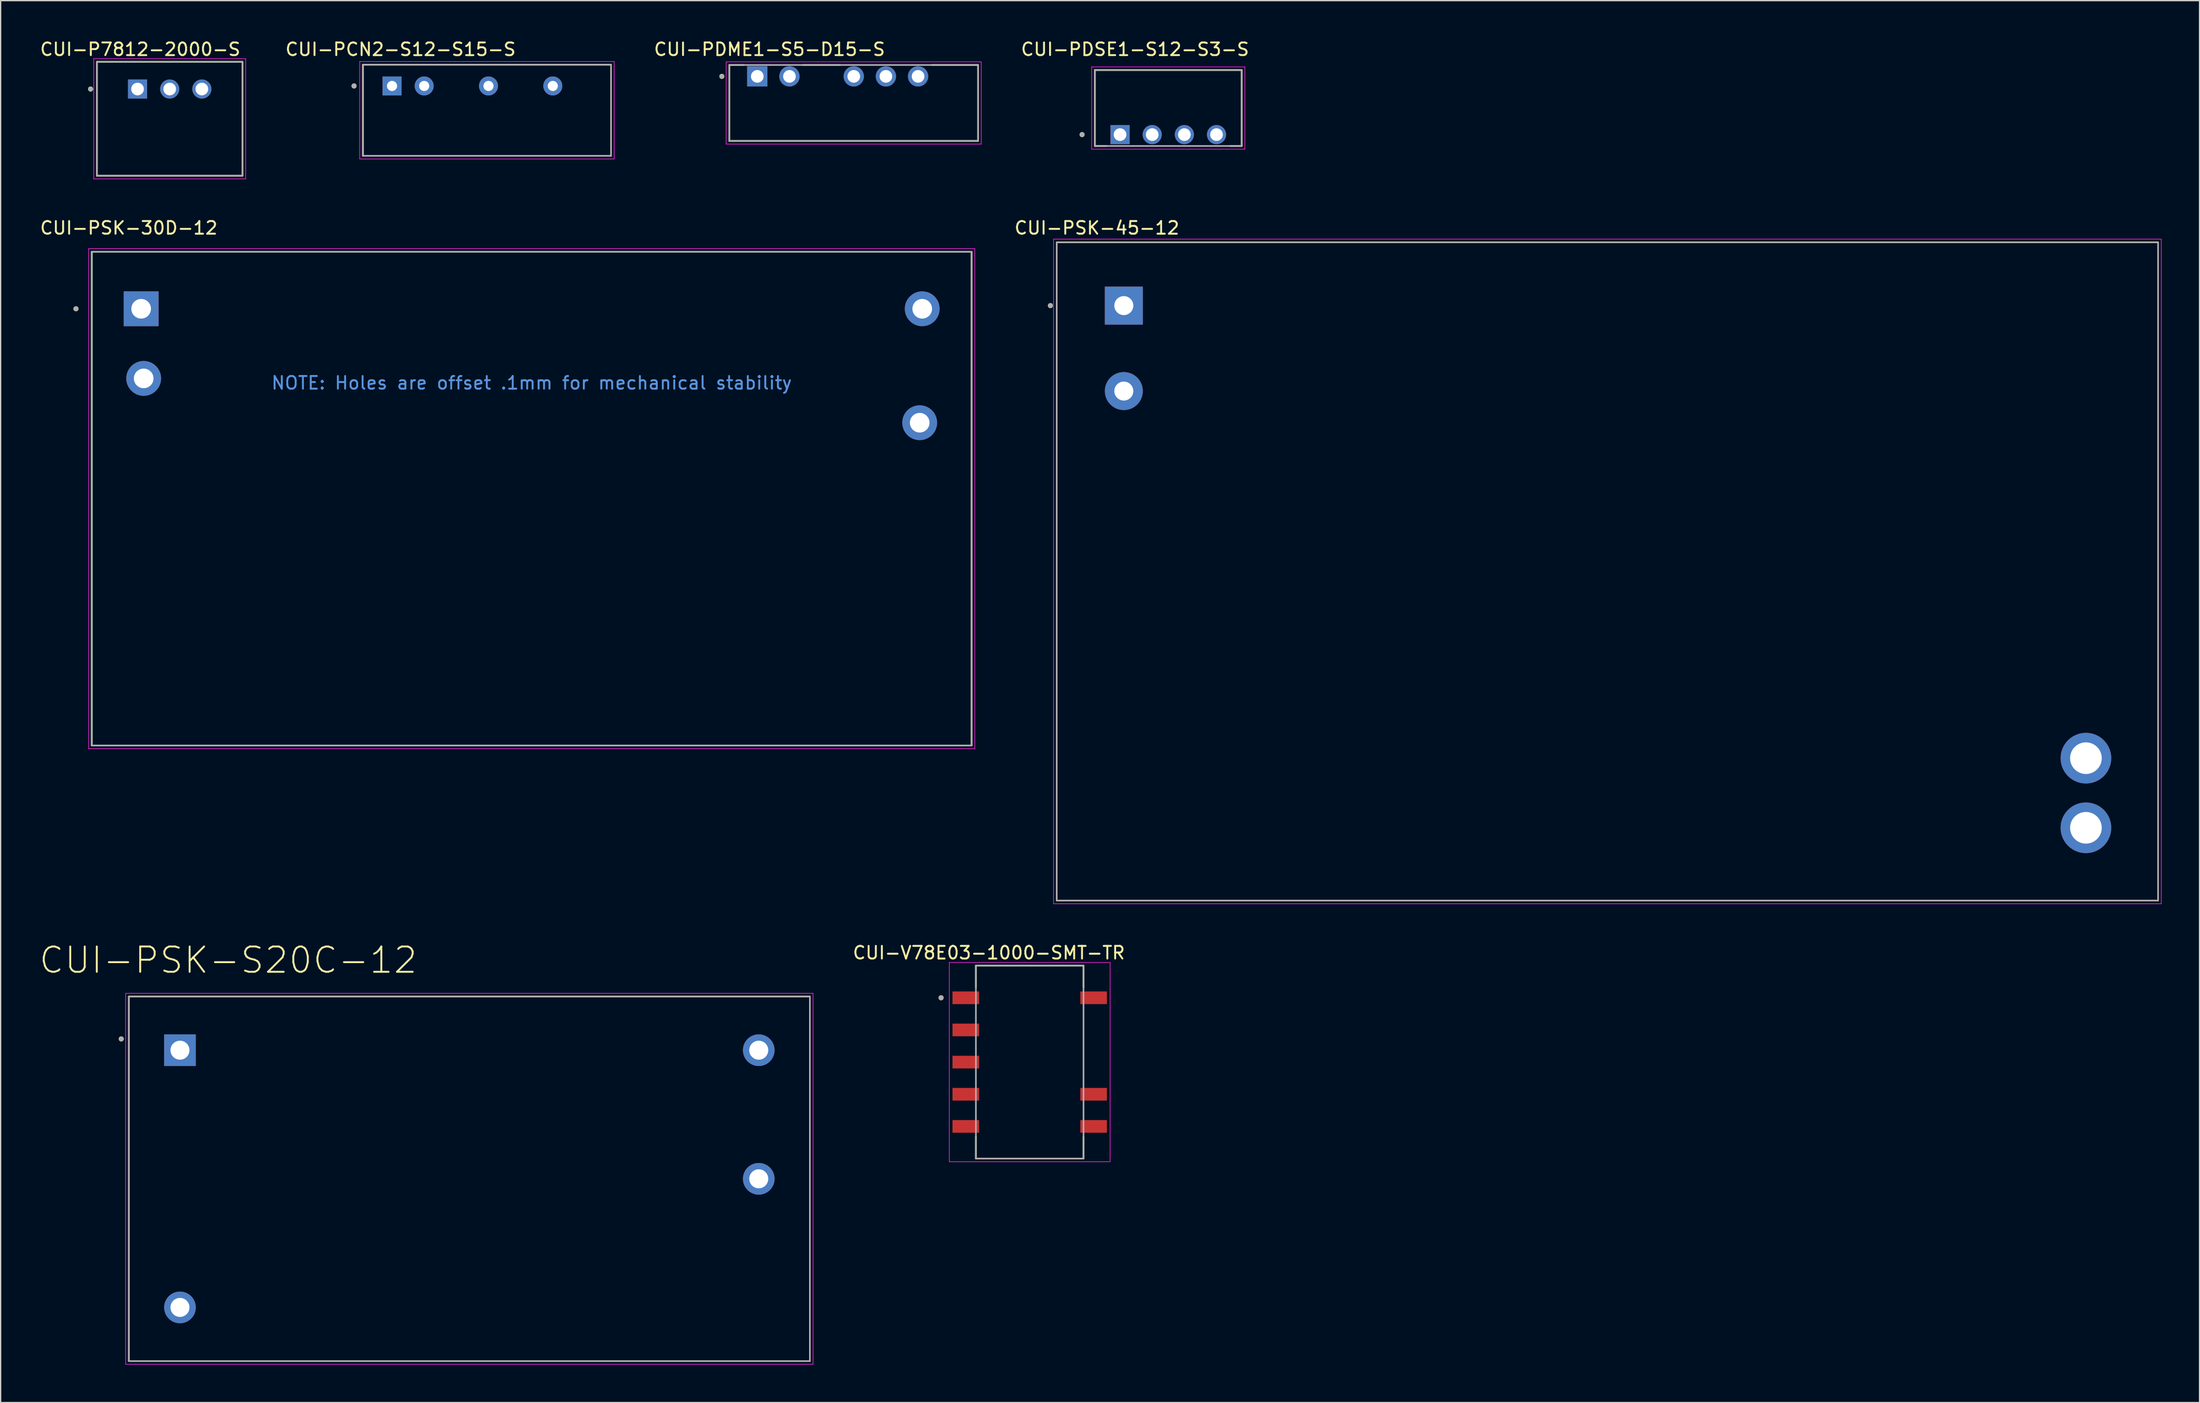
<source format=kicad_pcb>
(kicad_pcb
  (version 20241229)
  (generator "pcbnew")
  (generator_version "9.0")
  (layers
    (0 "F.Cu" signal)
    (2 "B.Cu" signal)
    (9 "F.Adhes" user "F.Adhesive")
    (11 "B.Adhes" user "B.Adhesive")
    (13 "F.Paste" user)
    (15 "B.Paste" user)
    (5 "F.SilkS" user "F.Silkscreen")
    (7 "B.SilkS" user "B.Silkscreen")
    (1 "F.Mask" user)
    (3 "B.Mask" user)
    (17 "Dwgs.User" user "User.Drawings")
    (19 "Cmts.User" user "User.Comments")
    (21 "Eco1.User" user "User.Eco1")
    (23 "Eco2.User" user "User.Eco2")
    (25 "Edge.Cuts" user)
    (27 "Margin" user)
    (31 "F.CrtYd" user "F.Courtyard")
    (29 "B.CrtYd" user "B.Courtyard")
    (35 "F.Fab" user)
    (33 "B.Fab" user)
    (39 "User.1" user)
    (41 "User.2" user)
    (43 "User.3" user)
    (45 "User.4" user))
  (footprint "CUI-V78E03-1000-SMT-TR"
    (layer "F.Cu")
    (at 78.29 80.85)
    (property "Reference" "CUI-V78E03-1000-SMT-TR" (at -3.225 -8.635 0) (layer "F.SilkS") (effects (font (size 1 1) (thickness 0.15))))
    (attr smd)
    (fp_line (start -4.25 -7.62) (end 4.25 -7.62) (stroke (width 0.127) (type solid)) (layer "F.SilkS"))
    (fp_line (start -4.25 -5.9) (end -4.25 -7.62) (stroke (width 0.127) (type solid)) (layer "F.SilkS"))
    (fp_line (start -4.25 7.62) (end -4.25 5.9) (stroke (width 0.127) (type solid)) (layer "F.SilkS"))
    (fp_line (start 4.25 -7.62) (end 4.25 -5.9) (stroke (width 0.127) (type solid)) (layer "F.SilkS"))
    (fp_line (start 4.25 5.9) (end 4.25 7.62) (stroke (width 0.127) (type solid)) (layer "F.SilkS"))
    (fp_line (start 4.25 7.62) (end -4.25 7.62) (stroke (width 0.127) (type solid)) (layer "F.SilkS"))
    (fp_circle (center -7 -5.08) (end -6.9 -5.08) (stroke (width 0.2) (type solid)) (fill no) (layer "F.SilkS"))
    (fp_line (start -6.35 -7.87) (end 6.35 -7.87) (stroke (width 0.05) (type solid)) (layer "F.CrtYd"))
    (fp_line (start -6.35 7.87) (end -6.35 -7.87) (stroke (width 0.05) (type solid)) (layer "F.CrtYd"))
    (fp_line (start 6.35 -7.87) (end 6.35 7.87) (stroke (width 0.05) (type solid)) (layer "F.CrtYd"))
    (fp_line (start 6.35 7.87) (end -6.35 7.87) (stroke (width 0.05) (type solid)) (layer "F.CrtYd"))
    (fp_line (start -4.25 -7.62) (end 4.25 -7.62) (stroke (width 0.127) (type solid)) (layer "F.Fab"))
    (fp_line (start -4.25 7.62) (end -4.25 -7.62) (stroke (width 0.127) (type solid)) (layer "F.Fab"))
    (fp_line (start 4.25 -7.62) (end 4.25 7.62) (stroke (width 0.127) (type solid)) (layer "F.Fab"))
    (fp_line (start 4.25 7.62) (end -4.25 7.62) (stroke (width 0.127) (type solid)) (layer "F.Fab"))
    (fp_circle (center -7 -5.08) (end -6.9 -5.08) (stroke (width 0.2) (type solid)) (fill no) (layer "F.Fab"))
    (pad "1" smd rect (at -5.05 -5.08) (size 2.1 1) (layers "F.Cu" "F.Mask" "F.Paste"))
    (pad "2" smd rect (at -5.05 -2.54) (size 2.1 1) (layers "F.Cu" "F.Mask" "F.Paste"))
    (pad "3" smd rect (at -5.05 0) (size 2.1 1) (layers "F.Cu" "F.Mask" "F.Paste"))
    (pad "4" smd rect (at -5.05 2.54) (size 2.1 1) (layers "F.Cu" "F.Mask" "F.Paste"))
    (pad "5" smd rect (at -5.05 5.08) (size 2.1 1) (layers "F.Cu" "F.Mask" "F.Paste"))
    (pad "6" smd rect (at 5.05 5.08 180) (size 2.1 1) (layers "F.Cu" "F.Mask" "F.Paste"))
    (pad "7" smd rect (at 5.05 2.54 180) (size 2.1 1) (layers "F.Cu" "F.Mask" "F.Paste"))
    (pad "10" smd rect (at 5.05 -5.08 180) (size 2.1 1) (layers "F.Cu" "F.Mask" "F.Paste")))
  (footprint "CUI-PCN2-S12-S15-S"
    (layer "F.Cu")
    (at 27.918 3.74)
    (property "Reference" "CUI-PCN2-S12-S15-S" (at 0.676 -2.891 0) (layer "F.SilkS") (effects (font (size 1.002 1.002) (thickness 0.15))))
    (attr through_hole)
    (fp_line (start -2.3 -1.68) (end 17.3 -1.68) (stroke (width 0.127) (type solid)) (layer "F.SilkS"))
    (fp_line (start -2.3 5.52) (end -2.3 -1.68) (stroke (width 0.127) (type solid)) (layer "F.SilkS"))
    (fp_line (start 17.3 -1.68) (end 17.3 5.52) (stroke (width 0.127) (type solid)) (layer "F.SilkS"))
    (fp_line (start 17.3 5.52) (end -2.3 5.52) (stroke (width 0.127) (type solid)) (layer "F.SilkS"))
    (fp_circle (center -3 0) (end -2.9 0) (stroke (width 0.2) (type solid)) (fill no) (layer "F.SilkS"))
    (fp_line (start -2.55 -1.93) (end 17.55 -1.93) (stroke (width 0.05) (type solid)) (layer "F.CrtYd"))
    (fp_line (start -2.55 5.77) (end -2.55 -1.93) (stroke (width 0.05) (type solid)) (layer "F.CrtYd"))
    (fp_line (start 17.55 -1.93) (end 17.55 5.77) (stroke (width 0.05) (type solid)) (layer "F.CrtYd"))
    (fp_line (start 17.55 5.77) (end -2.55 5.77) (stroke (width 0.05) (type solid)) (layer "F.CrtYd"))
    (fp_line (start -2.3 -1.68) (end 17.3 -1.68) (stroke (width 0.127) (type solid)) (layer "F.Fab"))
    (fp_line (start -2.3 5.52) (end -2.3 -1.68) (stroke (width 0.127) (type solid)) (layer "F.Fab"))
    (fp_line (start 17.3 -1.68) (end 17.3 5.52) (stroke (width 0.127) (type solid)) (layer "F.Fab"))
    (fp_line (start 17.3 5.52) (end -2.3 5.52) (stroke (width 0.127) (type solid)) (layer "F.Fab"))
    (fp_circle (center -3 0) (end -2.9 0) (stroke (width 0.2) (type solid)) (fill no) (layer "F.Fab"))
    (pad "1" thru_hole rect (at 0 0) (size 1.5 1.5) (drill 0.8) (layers "*.Cu" "*.Mask"))
    (pad "2" thru_hole circle (at 2.54 0) (size 1.5 1.5) (drill 0.8) (layers "*.Cu" "*.Mask"))
    (pad "4" thru_hole circle (at 7.62 0) (size 1.5 1.5) (drill 0.8) (layers "*.Cu" "*.Mask"))
    (pad "6" thru_hole circle (at 12.7 0) (size 1.5 1.5) (drill 0.8) (layers "*.Cu" "*.Mask")))
  (footprint "CUI-PSK-30D-12"
    (layer "F.Cu")
    (at 38.95 36.342)
    (property "Reference" "CUI-PSK-30D-12" (at -31.825 -21.385 0) (layer "F.SilkS") (effects (font (size 1 1) (thickness 0.15))))
    (attr through_hole)
    (fp_line (start -34.75 -19.5) (end 34.75 -19.5) (stroke (width 0.127) (type solid)) (layer "F.SilkS"))
    (fp_line (start -34.75 19.5) (end -34.75 -19.5) (stroke (width 0.127) (type solid)) (layer "F.SilkS"))
    (fp_line (start 34.75 -19.5) (end 34.75 19.5) (stroke (width 0.127) (type solid)) (layer "F.SilkS"))
    (fp_line (start 34.75 19.5) (end -34.75 19.5) (stroke (width 0.127) (type solid)) (layer "F.SilkS"))
    (fp_circle (center -36 -15) (end -35.9 -15) (stroke (width 0.2) (type solid)) (fill no) (layer "F.SilkS"))
    (fp_line (start -35 -19.75) (end -35 19.75) (stroke (width 0.05) (type solid)) (layer "F.CrtYd"))
    (fp_line (start -35 19.75) (end 35 19.75) (stroke (width 0.05) (type solid)) (layer "F.CrtYd"))
    (fp_line (start 35 -19.75) (end -35 -19.75) (stroke (width 0.05) (type solid)) (layer "F.CrtYd"))
    (fp_line (start 35 19.75) (end 35 -19.75) (stroke (width 0.05) (type solid)) (layer "F.CrtYd"))
    (fp_line (start -34.75 -19.5) (end 34.75 -19.5) (stroke (width 0.127) (type solid)) (layer "F.Fab"))
    (fp_line (start -34.75 19.5) (end -34.75 -19.5) (stroke (width 0.127) (type solid)) (layer "F.Fab"))
    (fp_line (start 34.75 -19.5) (end 34.75 19.5) (stroke (width 0.127) (type solid)) (layer "F.Fab"))
    (fp_line (start 34.75 19.5) (end -34.75 19.5) (stroke (width 0.127) (type solid)) (layer "F.Fab"))
    (fp_circle (center -36 -15) (end -35.9 -15) (stroke (width 0.2) (type solid)) (fill no) (layer "F.Fab"))
    (fp_text user "NOTE: Holes are offset .1mm for mechanical stability" (at 0 -9.144 0) (unlocked yes) (layer "Cmts.User") (effects (font (size 1 1) (thickness 0.15))))
    (pad "1" thru_hole rect (at -30.85 -15) (size 2.75 2.75) (drill 1.55) (layers "*.Cu" "*.Mask"))
    (pad "2" thru_hole circle (at -30.65 -9.5) (size 2.75 2.75) (drill 1.55) (layers "*.Cu" "*.Mask"))
    (pad "3" thru_hole circle (at 30.65 -6) (size 2.75 2.75) (drill 1.55) (layers "*.Cu" "*.Mask"))
    (pad "4" thru_hole circle (at 30.85 -15) (size 2.75 2.75) (drill 1.55) (layers "*.Cu" "*.Mask")))
  (footprint "CUI-PDSE1-S12-S3-S"
    (layer "F.Cu")
    (at 89.237 5.483)
    (property "Reference" "CUI-PDSE1-S12-S3-S" (at -2.625 -4.635 0) (layer "F.SilkS") (effects (font (size 1 1) (thickness 0.15))))
    (attr through_hole)
    (fp_line (start -5.8 -3) (end -5.8 3) (stroke (width 0.127) (type solid)) (layer "F.SilkS"))
    (fp_line (start -4.89 3) (end -5.8 3) (stroke (width 0.127) (type solid)) (layer "F.SilkS"))
    (fp_line (start 5.8 -3) (end -5.8 -3) (stroke (width 0.127) (type solid)) (layer "F.SilkS"))
    (fp_line (start 5.8 3) (end 4.89 3) (stroke (width 0.127) (type solid)) (layer "F.SilkS"))
    (fp_line (start 5.8 3) (end 5.8 -3) (stroke (width 0.127) (type solid)) (layer "F.SilkS"))
    (fp_circle (center -6.81 2.1) (end -6.71 2.1) (stroke (width 0.2) (type solid)) (fill no) (layer "F.SilkS"))
    (fp_line (start -6.05 -3.25) (end -6.05 3.25) (stroke (width 0.05) (type solid)) (layer "F.CrtYd"))
    (fp_line (start -6.05 3.25) (end 6.05 3.25) (stroke (width 0.05) (type solid)) (layer "F.CrtYd"))
    (fp_line (start 6.05 -3.25) (end -6.05 -3.25) (stroke (width 0.05) (type solid)) (layer "F.CrtYd"))
    (fp_line (start 6.05 3.25) (end 6.05 -3.25) (stroke (width 0.05) (type solid)) (layer "F.CrtYd"))
    (fp_line (start -5.8 -3) (end -5.8 3) (stroke (width 0.127) (type solid)) (layer "F.Fab"))
    (fp_line (start -5.8 3) (end 5.8 3) (stroke (width 0.127) (type solid)) (layer "F.Fab"))
    (fp_line (start 5.8 -3) (end -5.8 -3) (stroke (width 0.127) (type solid)) (layer "F.Fab"))
    (fp_line (start 5.8 3) (end 5.8 -3) (stroke (width 0.127) (type solid)) (layer "F.Fab"))
    (fp_circle (center -6.81 2.1) (end -6.71 2.1) (stroke (width 0.2) (type solid)) (fill no) (layer "F.Fab"))
    (pad "1" thru_hole rect (at -3.81 2.1) (size 1.508 1.508) (drill 1) (layers "*.Cu" "*.Mask"))
    (pad "2" thru_hole circle (at -1.27 2.1) (size 1.508 1.508) (drill 1) (layers "*.Cu" "*.Mask"))
    (pad "3" thru_hole circle (at 1.27 2.1) (size 1.508 1.508) (drill 1) (layers "*.Cu" "*.Mask"))
    (pad "4" thru_hole circle (at 3.81 2.1) (size 1.508 1.508) (drill 1) (layers "*.Cu" "*.Mask")))
  (footprint "CUI-PSK-45-12"
    (layer "F.Cu")
    (at 123.925 42.092)
    (property "Reference" "CUI-PSK-45-12" (at -40.325 -27.135 0) (layer "F.SilkS") (effects (font (size 1 1) (thickness 0.15))))
    (attr through_hole)
    (fp_line (start -43.5 -26) (end -43.5 26) (stroke (width 0.127) (type solid)) (layer "F.SilkS"))
    (fp_line (start -43.5 26) (end 43.5 26) (stroke (width 0.127) (type solid)) (layer "F.SilkS"))
    (fp_line (start 43.5 -26) (end -43.5 -26) (stroke (width 0.127) (type solid)) (layer "F.SilkS"))
    (fp_line (start 43.5 26) (end 43.5 -26) (stroke (width 0.127) (type solid)) (layer "F.SilkS"))
    (fp_circle (center -44 -21) (end -43.9 -21) (stroke (width 0.2) (type solid)) (fill no) (layer "F.SilkS"))
    (fp_line (start -43.75 -26.25) (end -43.75 26.25) (stroke (width 0.05) (type solid)) (layer "F.CrtYd"))
    (fp_line (start -43.75 26.25) (end 43.75 26.25) (stroke (width 0.05) (type solid)) (layer "F.CrtYd"))
    (fp_line (start 43.75 -26.25) (end -43.75 -26.25) (stroke (width 0.05) (type solid)) (layer "F.CrtYd"))
    (fp_line (start 43.75 26.25) (end 43.75 -26.25) (stroke (width 0.05) (type solid)) (layer "F.CrtYd"))
    (fp_line (start -43.5 -26) (end -43.5 26) (stroke (width 0.127) (type solid)) (layer "F.Fab"))
    (fp_line (start -43.5 26) (end 43.5 26) (stroke (width 0.127) (type solid)) (layer "F.Fab"))
    (fp_line (start 43.5 -26) (end -43.5 -26) (stroke (width 0.127) (type solid)) (layer "F.Fab"))
    (fp_line (start 43.5 26) (end 43.5 -26) (stroke (width 0.127) (type solid)) (layer "F.Fab"))
    (fp_circle (center -44 -21) (end -43.9 -21) (stroke (width 0.2) (type solid)) (fill no) (layer "F.Fab"))
    (pad "1" thru_hole rect (at -38.2 -21) (size 3 3) (drill 1.5) (layers "*.Cu" "*.Mask"))
    (pad "2" thru_hole circle (at -38.2 -14.25) (size 3 3) (drill 1.5) (layers "*.Cu" "*.Mask"))
    (pad "3" thru_hole circle (at 37.8 20.25) (size 4 4) (drill 2.5) (layers "*.Cu" "*.Mask"))
    (pad "4" thru_hole circle (at 37.8 14.75) (size 4 4) (drill 2.5) (layers "*.Cu" "*.Mask")))
  (footprint "CUI-PSK-S20C-12"
    (layer "F.Cu")
    (at 34.027 90.07)
    (property "Reference" "CUI-PSK-S20C-12" (at -19.05 -17.27 0) (layer "F.SilkS") (effects (font (size 2 2) (thickness 0.15))))
    (attr through_hole)
    (fp_line (start -26.9 -14.4) (end 26.9 -14.4) (stroke (width 0.127) (type solid)) (layer "F.SilkS"))
    (fp_line (start -26.9 14.4) (end -26.9 -14.4) (stroke (width 0.127) (type solid)) (layer "F.SilkS"))
    (fp_line (start 26.9 -14.4) (end 26.9 14.4) (stroke (width 0.127) (type solid)) (layer "F.SilkS"))
    (fp_line (start 26.9 14.4) (end -26.9 14.4) (stroke (width 0.127) (type solid)) (layer "F.SilkS"))
    (fp_circle (center -27.5 -11.05) (end -27.4 -11.05) (stroke (width 0.2) (type solid)) (fill no) (layer "F.SilkS"))
    (fp_line (start -27.15 -14.65) (end 27.15 -14.65) (stroke (width 0.05) (type solid)) (layer "F.CrtYd"))
    (fp_line (start -27.15 14.65) (end -27.15 -14.65) (stroke (width 0.05) (type solid)) (layer "F.CrtYd"))
    (fp_line (start 27.15 -14.65) (end 27.15 14.65) (stroke (width 0.05) (type solid)) (layer "F.CrtYd"))
    (fp_line (start 27.15 14.65) (end -27.15 14.65) (stroke (width 0.05) (type solid)) (layer "F.CrtYd"))
    (fp_line (start -26.9 -14.4) (end 26.9 -14.4) (stroke (width 0.127) (type solid)) (layer "F.Fab"))
    (fp_line (start -26.9 14.4) (end -26.9 -14.4) (stroke (width 0.127) (type solid)) (layer "F.Fab"))
    (fp_line (start 26.9 -14.4) (end 26.9 14.4) (stroke (width 0.127) (type solid)) (layer "F.Fab"))
    (fp_line (start 26.9 14.4) (end -26.9 14.4) (stroke (width 0.127) (type solid)) (layer "F.Fab"))
    (fp_circle (center -27.5 -11.05) (end -27.4 -11.05) (stroke (width 0.2) (type solid)) (fill no) (layer "F.Fab"))
    (pad "1" thru_hole rect (at -22.86 -10.16) (size 2.5 2.5) (drill 1.5) (layers "*.Cu" "*.Mask"))
    (pad "2" thru_hole circle (at -22.86 10.16) (size 2.5 2.5) (drill 1.5) (layers "*.Cu" "*.Mask"))
    (pad "3" thru_hole circle (at 22.86 0) (size 2.5 2.5) (drill 1.5) (layers "*.Cu" "*.Mask"))
    (pad "4" thru_hole circle (at 22.86 -10.16) (size 2.5 2.5) (drill 1.5) (layers "*.Cu" "*.Mask")))
  (footprint "CUI-PDME1-S5-D15-S"
    (layer "F.Cu")
    (at 56.772 2.983)
    (property "Reference" "CUI-PDME1-S5-D15-S" (at 0.965 -2.135 0) (layer "F.SilkS") (effects (font (size 1 1) (thickness 0.15))))
    (attr through_hole)
    (fp_line (start -2.21 -0.9) (end -2.21 5.1) (stroke (width 0.127) (type solid)) (layer "F.SilkS"))
    (fp_line (start -2.21 -0.9) (end -1.08 -0.9) (stroke (width 0.127) (type solid)) (layer "F.SilkS"))
    (fp_line (start 3.62 -0.9) (end 6.54 -0.9) (stroke (width 0.127) (type solid)) (layer "F.SilkS"))
    (fp_line (start 13.78 -0.9) (end 17.44 -0.9) (stroke (width 0.127) (type solid)) (layer "F.SilkS"))
    (fp_line (start 17.44 5.1) (end -2.21 5.1) (stroke (width 0.127) (type solid)) (layer "F.SilkS"))
    (fp_line (start 17.44 5.1) (end 17.44 -0.9) (stroke (width 0.127) (type solid)) (layer "F.SilkS"))
    (fp_circle (center -2.8 0) (end -2.7 0) (stroke (width 0.2) (type solid)) (fill no) (layer "F.SilkS"))
    (fp_line (start -2.46 -1.15) (end -2.46 5.35) (stroke (width 0.05) (type solid)) (layer "F.CrtYd"))
    (fp_line (start -2.46 -1.15) (end 17.69 -1.15) (stroke (width 0.05) (type solid)) (layer "F.CrtYd"))
    (fp_line (start 17.69 5.35) (end -2.46 5.35) (stroke (width 0.05) (type solid)) (layer "F.CrtYd"))
    (fp_line (start 17.69 5.35) (end 17.69 -1.15) (stroke (width 0.05) (type solid)) (layer "F.CrtYd"))
    (fp_line (start -2.21 -0.9) (end -2.21 5.1) (stroke (width 0.127) (type solid)) (layer "F.Fab"))
    (fp_line (start -2.21 -0.9) (end 17.44 -0.9) (stroke (width 0.127) (type solid)) (layer "F.Fab"))
    (fp_line (start 17.44 5.1) (end -2.21 5.1) (stroke (width 0.127) (type solid)) (layer "F.Fab"))
    (fp_line (start 17.44 5.1) (end 17.44 -0.9) (stroke (width 0.127) (type solid)) (layer "F.Fab"))
    (fp_circle (center -2.8 0) (end -2.7 0) (stroke (width 0.2) (type solid)) (fill no) (layer "F.Fab"))
    (pad "1" thru_hole rect (at 0 0) (size 1.6 1.6) (drill 1) (layers "*.Cu" "*.Mask"))
    (pad "2" thru_hole circle (at 2.54 0) (size 1.6 1.6) (drill 1) (layers "*.Cu" "*.Mask"))
    (pad "4" thru_hole circle (at 7.62 0) (size 1.6 1.6) (drill 1) (layers "*.Cu" "*.Mask"))
    (pad "5" thru_hole circle (at 10.16 0) (size 1.6 1.6) (drill 1) (layers "*.Cu" "*.Mask"))
    (pad "6" thru_hole circle (at 12.7 0) (size 1.6 1.6) (drill 1) (layers "*.Cu" "*.Mask")))
  (footprint "CUI-P7812-2000-S"
    (layer "F.Cu")
    (at 10.355 3.983)
    (property "Reference" "CUI-P7812-2000-S" (at -2.325 -3.135 0) (layer "F.SilkS") (effects (font (size 1 1) (thickness 0.15))))
    (attr through_hole)
    (fp_line (start -5.75 -2.15) (end -5.75 6.85) (stroke (width 0.127) (type solid)) (layer "F.SilkS"))
    (fp_line (start -5.75 6.85) (end 5.75 6.85) (stroke (width 0.127) (type solid)) (layer "F.SilkS"))
    (fp_line (start 5.75 -2.15) (end -5.75 -2.15) (stroke (width 0.127) (type solid)) (layer "F.SilkS"))
    (fp_line (start 5.75 6.85) (end 5.75 -2.15) (stroke (width 0.127) (type solid)) (layer "F.SilkS"))
    (fp_circle (center -6.25 0) (end -6.15 0) (stroke (width 0.2) (type solid)) (fill no) (layer "F.SilkS"))
    (fp_line (start -6 -2.4) (end -6 7.1) (stroke (width 0.05) (type solid)) (layer "F.CrtYd"))
    (fp_line (start -6 7.1) (end 6 7.1) (stroke (width 0.05) (type solid)) (layer "F.CrtYd"))
    (fp_line (start 6 -2.4) (end -6 -2.4) (stroke (width 0.05) (type solid)) (layer "F.CrtYd"))
    (fp_line (start 6 7.1) (end 6 -2.4) (stroke (width 0.05) (type solid)) (layer "F.CrtYd"))
    (fp_line (start -5.75 -2.15) (end -5.75 6.85) (stroke (width 0.127) (type solid)) (layer "F.Fab"))
    (fp_line (start -5.75 6.85) (end 5.75 6.85) (stroke (width 0.127) (type solid)) (layer "F.Fab"))
    (fp_line (start 5.75 -2.15) (end -5.75 -2.15) (stroke (width 0.127) (type solid)) (layer "F.Fab"))
    (fp_line (start 5.75 6.85) (end 5.75 -2.15) (stroke (width 0.127) (type solid)) (layer "F.Fab"))
    (fp_circle (center -6.25 0) (end -6.15 0) (stroke (width 0.2) (type solid)) (fill no) (layer "F.Fab"))
    (pad "1" thru_hole rect (at -2.54 0) (size 1.508 1.508) (drill 1) (layers "*.Cu" "*.Mask"))
    (pad "2" thru_hole circle (at 0 0) (size 1.508 1.508) (drill 1) (layers "*.Cu" "*.Mask"))
    (pad "3" thru_hole circle (at 2.54 0) (size 1.508 1.508) (drill 1) (layers "*.Cu" "*.Mask")))
  (gr_rect
    (start -3 -3)
    (end 170.7 107.745)
    (stroke (width 0.1) (type default))
    (fill no)
    (layer "Edge.Cuts")))
</source>
